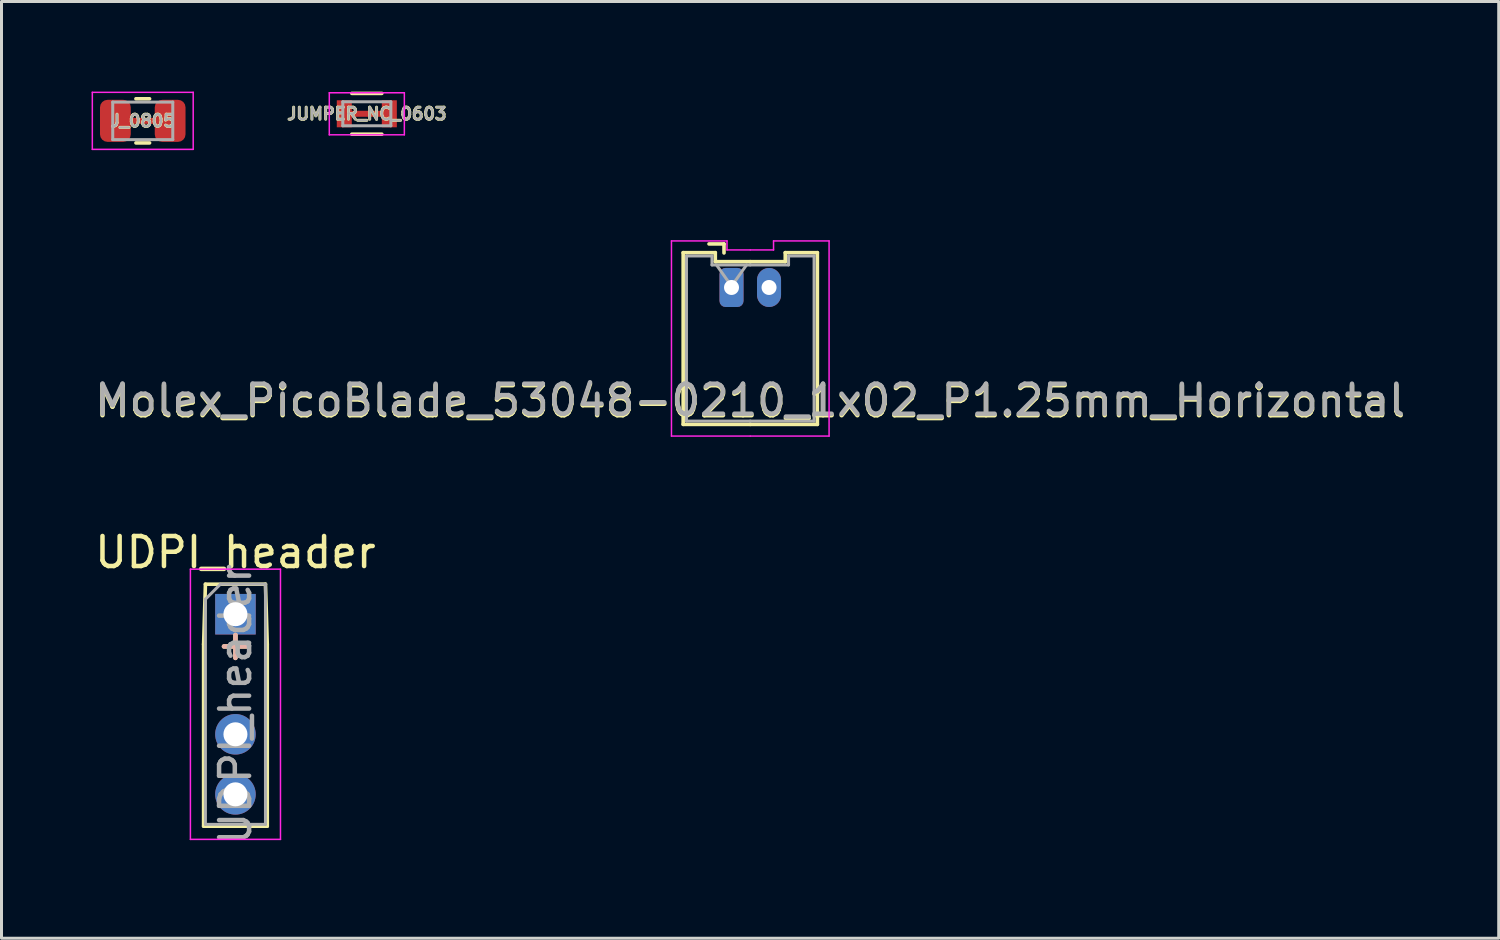
<source format=kicad_pcb>
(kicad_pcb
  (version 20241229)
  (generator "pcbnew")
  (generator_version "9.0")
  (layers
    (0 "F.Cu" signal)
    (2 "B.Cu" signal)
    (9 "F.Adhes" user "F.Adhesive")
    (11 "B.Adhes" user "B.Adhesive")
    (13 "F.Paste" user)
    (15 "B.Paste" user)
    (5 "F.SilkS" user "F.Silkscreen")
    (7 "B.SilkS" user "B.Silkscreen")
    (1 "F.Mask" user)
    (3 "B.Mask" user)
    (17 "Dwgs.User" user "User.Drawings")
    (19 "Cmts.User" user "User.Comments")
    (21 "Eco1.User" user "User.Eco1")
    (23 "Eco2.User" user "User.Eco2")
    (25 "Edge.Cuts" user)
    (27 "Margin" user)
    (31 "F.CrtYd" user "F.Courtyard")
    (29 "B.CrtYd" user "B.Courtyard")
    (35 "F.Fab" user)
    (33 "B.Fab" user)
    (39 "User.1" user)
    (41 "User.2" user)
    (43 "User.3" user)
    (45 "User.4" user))
  (footprint "JUMPER_NC_0603"
    (layer "F.Cu")
    (at 9.168 0.74)
    (property "Reference" "JUMPER_NC_0603" (at 0 0 180) (layer "F.SilkS") (effects (font (size 0.4 0.4) (thickness 0.1))))
    (attr smd)
    (fp_line (start -0.5 -0.68) (end 0.5 -0.68) (stroke (width 0.12) (type solid)) (layer "F.SilkS"))
    (fp_line (start 0.5 0.68) (end -0.5 0.68) (stroke (width 0.12) (type solid)) (layer "F.SilkS"))
    (fp_line (start -1.25 -0.7) (end -1.25 0.7) (stroke (width 0.05) (type solid)) (layer "F.CrtYd"))
    (fp_line (start -1.25 -0.7) (end 1.25 -0.7) (stroke (width 0.05) (type solid)) (layer "F.CrtYd"))
    (fp_line (start 1.25 0.7) (end -1.25 0.7) (stroke (width 0.05) (type solid)) (layer "F.CrtYd"))
    (fp_line (start 1.25 0.7) (end 1.25 -0.7) (stroke (width 0.05) (type solid)) (layer "F.CrtYd"))
    (fp_line (start -0.8 -0.4) (end 0.8 -0.4) (stroke (width 0.1) (type solid)) (layer "F.Fab"))
    (fp_line (start -0.8 0.4) (end -0.8 -0.4) (stroke (width 0.1) (type solid)) (layer "F.Fab"))
    (fp_line (start 0.8 -0.4) (end 0.8 0.4) (stroke (width 0.1) (type solid)) (layer "F.Fab"))
    (fp_line (start 0.8 0.4) (end -0.8 0.4) (stroke (width 0.1) (type solid)) (layer "F.Fab"))
    (fp_text user "${REFERENCE}" (at 0 0 180) (layer "F.Fab") (effects (font (size 0.4 0.4) (thickness 0.075))))
    (pad "1" smd rect (at -0.75 0) (size 0.5 0.9) (layers "F.Cu" "F.Mask" "F.Paste"))
    (pad "1" smd rect (at 0 0 90) (size 0.2 1.2) (layers "F.Cu" "F.Mask" "F.Paste"))
    (pad "2" smd rect (at 0.75 0) (size 0.5 0.9) (layers "F.Cu" "F.Mask" "F.Paste")))
  (footprint "J_0805"
    (layer "F.Cu")
    (at 1.705 0.975)
    (property "Reference" "J_0805" (at 0 0 180) (layer "F.SilkS") (effects (font (size 0.4 0.4) (thickness 0.1))))
    (attr smd)
    (fp_line (start -0.227 -0.735) (end 0.227 -0.735) (stroke (width 0.12) (type solid)) (layer "F.SilkS"))
    (fp_line (start -0.227 0.735) (end 0.227 0.735) (stroke (width 0.12) (type solid)) (layer "F.SilkS"))
    (fp_line (start -1.68 -0.95) (end 1.68 -0.95) (stroke (width 0.05) (type solid)) (layer "F.CrtYd"))
    (fp_line (start -1.68 0.95) (end -1.68 -0.95) (stroke (width 0.05) (type solid)) (layer "F.CrtYd"))
    (fp_line (start 1.68 -0.95) (end 1.68 0.95) (stroke (width 0.05) (type solid)) (layer "F.CrtYd"))
    (fp_line (start 1.68 0.95) (end -1.68 0.95) (stroke (width 0.05) (type solid)) (layer "F.CrtYd"))
    (fp_line (start -1 -0.625) (end 1 -0.625) (stroke (width 0.1) (type solid)) (layer "F.Fab"))
    (fp_line (start -1 0.625) (end -1 -0.625) (stroke (width 0.1) (type solid)) (layer "F.Fab"))
    (fp_line (start 1 -0.625) (end 1 0.625) (stroke (width 0.1) (type solid)) (layer "F.Fab"))
    (fp_line (start 1 0.625) (end -1 0.625) (stroke (width 0.1) (type solid)) (layer "F.Fab"))
    (fp_text user "${REFERENCE}" (at 0 0 180) (layer "F.Fab") (effects (font (size 0.4 0.4) (thickness 0.075))))
    (pad "1" smd roundrect (at -0.912 0) (size 1.025 1.4) (layers "F.Cu" "F.Mask" "F.Paste") (roundrect_rratio 0.244))
    (pad "2" smd rect (at 0 0) (size 2 0.2) (layers "F.Cu" "F.Mask" "F.Paste"))
    (pad "2" smd roundrect (at 0.912 0) (size 1.025 1.4) (layers "F.Cu" "F.Mask" "F.Paste") (roundrect_rratio 0.244)))
  (footprint "Molex_PicoBlade_53048-0210_1x02_P1.25mm_Horizontal"
    (layer "F.Cu")
    (at 21.315 6.525)
    (property "Reference" "Molex_PicoBlade_53048-0210_1x02_P1.25mm_Horizontal" (at 0.62 3.8 0) (layer "F.SilkS") (effects (font (size 1 1) (thickness 0.15))))
    (attr through_hole)
    (fp_line (start -1.61 -1.16) (end -1.61 4.56) (stroke (width 0.12) (type solid)) (layer "F.SilkS"))
    (fp_line (start -1.61 4.56) (end 0.625 4.56) (stroke (width 0.12) (type solid)) (layer "F.SilkS"))
    (fp_line (start -0.54 -1.16) (end -1.61 -1.16) (stroke (width 0.12) (type solid)) (layer "F.SilkS"))
    (fp_line (start -0.54 -0.86) (end -0.54 -1.16) (stroke (width 0.12) (type solid)) (layer "F.SilkS"))
    (fp_line (start -0.25 -1.45) (end -0.75 -1.45) (stroke (width 0.12) (type solid)) (layer "F.SilkS"))
    (fp_line (start -0.25 -1.15) (end -0.25 -1.45) (stroke (width 0.12) (type solid)) (layer "F.SilkS"))
    (fp_line (start 0.625 -0.86) (end -0.54 -0.86) (stroke (width 0.12) (type solid)) (layer "F.SilkS"))
    (fp_line (start 0.625 -0.86) (end 1.79 -0.86) (stroke (width 0.12) (type solid)) (layer "F.SilkS"))
    (fp_line (start 1.79 -1.16) (end 2.86 -1.16) (stroke (width 0.12) (type solid)) (layer "F.SilkS"))
    (fp_line (start 1.79 -0.86) (end 1.79 -1.16) (stroke (width 0.12) (type solid)) (layer "F.SilkS"))
    (fp_line (start 2.86 -1.16) (end 2.86 4.56) (stroke (width 0.12) (type solid)) (layer "F.SilkS"))
    (fp_line (start 2.86 4.56) (end 0.625 4.56) (stroke (width 0.12) (type solid)) (layer "F.SilkS"))
    (fp_line (start -2 -1.55) (end -2 4.95) (stroke (width 0.05) (type solid)) (layer "F.CrtYd"))
    (fp_line (start -2 4.95) (end 0.62 4.95) (stroke (width 0.05) (type solid)) (layer "F.CrtYd"))
    (fp_line (start -0.15 -1.55) (end -2 -1.55) (stroke (width 0.05) (type solid)) (layer "F.CrtYd"))
    (fp_line (start -0.15 -1.25) (end -0.15 -1.55) (stroke (width 0.05) (type solid)) (layer "F.CrtYd"))
    (fp_line (start 0.62 -1.25) (end -0.15 -1.25) (stroke (width 0.05) (type solid)) (layer "F.CrtYd"))
    (fp_line (start 0.63 -1.25) (end 1.4 -1.25) (stroke (width 0.05) (type solid)) (layer "F.CrtYd"))
    (fp_line (start 1.4 -1.55) (end 3.25 -1.55) (stroke (width 0.05) (type solid)) (layer "F.CrtYd"))
    (fp_line (start 1.4 -1.25) (end 1.4 -1.55) (stroke (width 0.05) (type solid)) (layer "F.CrtYd"))
    (fp_line (start 3.25 -1.55) (end 3.25 4.95) (stroke (width 0.05) (type solid)) (layer "F.CrtYd"))
    (fp_line (start 3.25 4.95) (end 0.63 4.95) (stroke (width 0.05) (type solid)) (layer "F.CrtYd"))
    (fp_line (start -1.5 -1.05) (end -1.5 4.45) (stroke (width 0.1) (type solid)) (layer "F.Fab"))
    (fp_line (start -1.5 4.45) (end 0.625 4.45) (stroke (width 0.1) (type solid)) (layer "F.Fab"))
    (fp_line (start -0.65 -1.05) (end -1.5 -1.05) (stroke (width 0.1) (type solid)) (layer "F.Fab"))
    (fp_line (start -0.65 -0.75) (end -0.65 -1.05) (stroke (width 0.1) (type solid)) (layer "F.Fab"))
    (fp_line (start -0.5 -0.75) (end 0 -0.043) (stroke (width 0.1) (type solid)) (layer "F.Fab"))
    (fp_line (start 0 -0.043) (end 0.5 -0.75) (stroke (width 0.1) (type solid)) (layer "F.Fab"))
    (fp_line (start 0.625 -0.75) (end -0.65 -0.75) (stroke (width 0.1) (type solid)) (layer "F.Fab"))
    (fp_line (start 0.625 -0.75) (end 1.9 -0.75) (stroke (width 0.1) (type solid)) (layer "F.Fab"))
    (fp_line (start 1.9 -1.05) (end 2.75 -1.05) (stroke (width 0.1) (type solid)) (layer "F.Fab"))
    (fp_line (start 1.9 -0.75) (end 1.9 -1.05) (stroke (width 0.1) (type solid)) (layer "F.Fab"))
    (fp_line (start 2.75 -1.05) (end 2.75 4.45) (stroke (width 0.1) (type solid)) (layer "F.Fab"))
    (fp_line (start 2.75 4.45) (end 0.625 4.45) (stroke (width 0.1) (type solid)) (layer "F.Fab"))
    (fp_text user "${REFERENCE}" (at 0.62 3.75 0) (layer "F.Fab") (effects (font (size 1 1) (thickness 0.15))))
    (pad "1" thru_hole roundrect (at 0 0) (size 0.8 1.3) (drill 0.5) (layers "*.Cu" "*.Mask") (roundrect_rratio 0.25))
    (pad "2" thru_hole oval (at 1.25 0) (size 0.8 1.3) (drill 0.5) (layers "*.Cu" "*.Mask")))
  (footprint "UDPI_header"
    (layer "F.Cu")
    (at 4.792 17.408)
    (property "Reference" "UDPI_header" (at 0 -2.06 0) (layer "F.SilkS") (effects (font (size 1 1) (thickness 0.15))))
    (attr through_hole)
    (fp_line (start -1.06 1) (end -1.06 7.06) (stroke (width 0.12) (type solid)) (layer "F.SilkS"))
    (fp_line (start -1.06 7.06) (end 1.06 7.06) (stroke (width 0.12) (type solid)) (layer "F.SilkS"))
    (fp_line (start -1 -1) (end -1.06 1) (stroke (width 0.12) (type solid)) (layer "F.SilkS"))
    (fp_line (start 1 -1) (end -1 -1) (stroke (width 0.12) (type solid)) (layer "F.SilkS"))
    (fp_line (start 1.06 1) (end 1 -1) (stroke (width 0.12) (type solid)) (layer "F.SilkS"))
    (fp_line (start 1.06 1) (end 1.06 7.06) (stroke (width 0.12) (type solid)) (layer "F.SilkS"))
    (fp_line (start -1.5 -1.5) (end -1.5 7.5) (stroke (width 0.05) (type solid)) (layer "F.CrtYd"))
    (fp_line (start -1.5 7.5) (end 1.5 7.5) (stroke (width 0.05) (type solid)) (layer "F.CrtYd"))
    (fp_line (start 1.5 -1.5) (end -1.5 -1.5) (stroke (width 0.05) (type solid)) (layer "F.CrtYd"))
    (fp_line (start 1.5 7.5) (end 1.5 -1.5) (stroke (width 0.05) (type solid)) (layer "F.CrtYd"))
    (fp_line (start -1 -0.5) (end -0.5 -1) (stroke (width 0.1) (type solid)) (layer "F.Fab"))
    (fp_line (start -1 7) (end -1 -0.5) (stroke (width 0.1) (type solid)) (layer "F.Fab"))
    (fp_line (start -0.5 -1) (end 1 -1) (stroke (width 0.1) (type solid)) (layer "F.Fab"))
    (fp_line (start 1 -1) (end 1 7) (stroke (width 0.1) (type solid)) (layer "F.Fab"))
    (fp_line (start 1 7) (end -1 7) (stroke (width 0.1) (type solid)) (layer "F.Fab"))
    (fp_text user "+" (at 0 1 0) (layer "F.SilkS") (effects (font (size 1 1) (thickness 0.15))))
    (fp_text user "+" (at 0 1 0) (layer "B.SilkS") (effects (font (size 1 1) (thickness 0.15))))
    (fp_text user "${REFERENCE}" (at 0 3 270) (layer "F.Fab") (effects (font (size 1 1) (thickness 0.15))))
    (pad "1" thru_hole rect (at 0 0) (size 1.35 1.35) (drill 0.8) (layers "*.Cu" "*.Mask"))
    (pad "3" thru_hole oval (at 0 4) (size 1.35 1.35) (drill 0.8) (layers "*.Cu" "*.Mask"))
    (pad "4" thru_hole oval (at 0 6) (size 1.35 1.35) (drill 0.8) (layers "*.Cu" "*.Mask")))
  (gr_rect
    (start -3 -3)
    (end 46.869 28.2)
    (stroke (width 0.1) (type default))
    (fill no)
    (layer "Edge.Cuts")))
</source>
